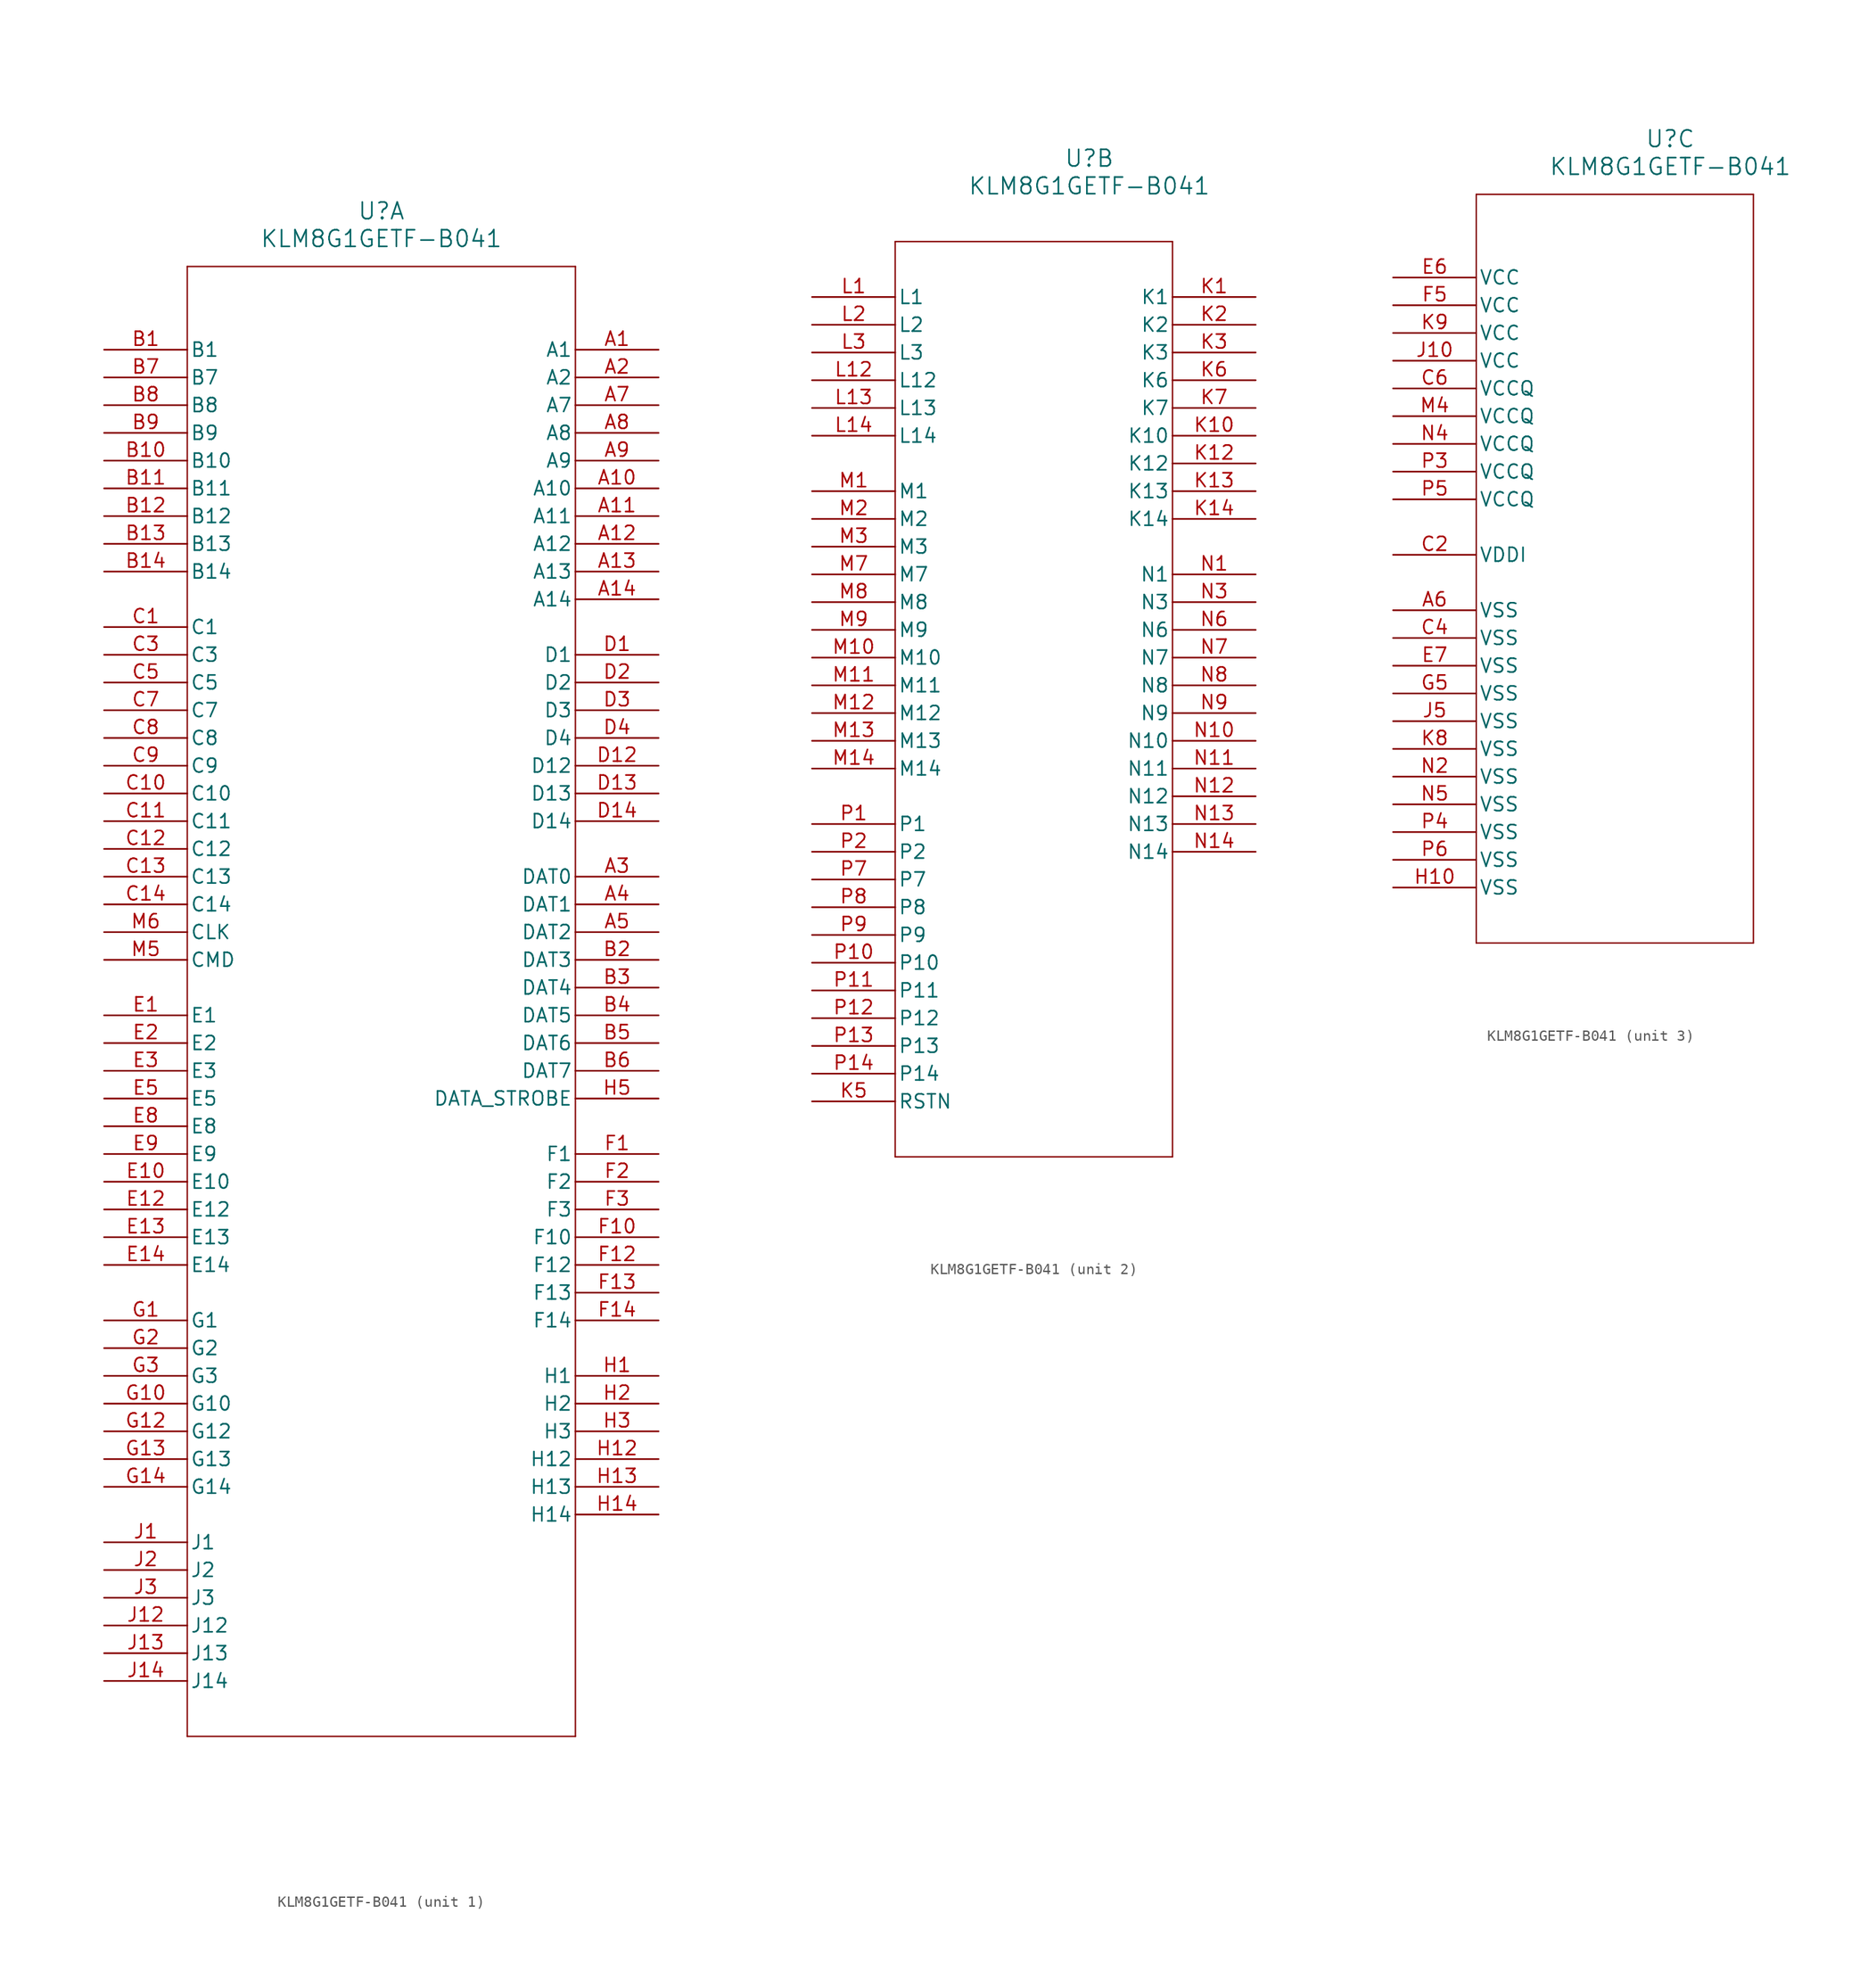
<source format=kicad_sym>
(kicad_symbol_lib
  (version 20211014)
  (generator kicad_symbol_editor)
  (symbol "KLM8G1GETF-B041"
    (pin_names
      (offset 0.254))
    (property "Reference" "U"
      (at 25.4 12.7 0)
      (effects (font (size 1.524 1.524))))
    (property "Value" "KLM8G1GETF-B041"
      (at 25.4 10.16 0)
      (effects (font (size 1.524 1.524))))
    (symbol "KLM8G1GETF-B041_1_1"
      (polyline (pts (xy 7.62 7.62) (xy 7.62 -127)) (stroke (width 0.127) (type default) (color 0 0 0 0)) (fill (type none)))
      (polyline (pts (xy 7.62 -127) (xy 43.18 -127)) (stroke (width 0.127) (type default) (color 0 0 0 0)) (fill (type none)))
      (polyline (pts (xy 43.18 -127) (xy 43.18 7.62)) (stroke (width 0.127) (type default) (color 0 0 0 0)) (fill (type none)))
      (polyline (pts (xy 43.18 7.62) (xy 7.62 7.62)) (stroke (width 0.127) (type default) (color 0 0 0 0)) (fill (type none)))
      (pin bidirectional line (at 50.8 0 180) (length 7.62) (name "A1" (effects (font (size 1.27 1.27)))) (number "A1" (effects (font (size 1.27 1.27)))))
      (pin bidirectional line (at 50.8 -2.54 180) (length 7.62) (name "A2" (effects (font (size 1.27 1.27)))) (number "A2" (effects (font (size 1.27 1.27)))))
      (pin bidirectional line (at 50.8 -48.26 180) (length 7.62) (name "DAT0" (effects (font (size 1.27 1.27)))) (number "A3" (effects (font (size 1.27 1.27)))))
      (pin bidirectional line (at 50.8 -50.8 180) (length 7.62) (name "DAT1" (effects (font (size 1.27 1.27)))) (number "A4" (effects (font (size 1.27 1.27)))))
      (pin bidirectional line (at 50.8 -53.34 180) (length 7.62) (name "DAT2" (effects (font (size 1.27 1.27)))) (number "A5" (effects (font (size 1.27 1.27)))))
      (pin bidirectional line (at 50.8 -5.08 180) (length 7.62) (name "A7" (effects (font (size 1.27 1.27)))) (number "A7" (effects (font (size 1.27 1.27)))))
      (pin bidirectional line (at 50.8 -7.62 180) (length 7.62) (name "A8" (effects (font (size 1.27 1.27)))) (number "A8" (effects (font (size 1.27 1.27)))))
      (pin bidirectional line (at 50.8 -10.16 180) (length 7.62) (name "A9" (effects (font (size 1.27 1.27)))) (number "A9" (effects (font (size 1.27 1.27)))))
      (pin bidirectional line (at 0 0 0) (length 7.62) (name "B1" (effects (font (size 1.27 1.27)))) (number "B1" (effects (font (size 1.27 1.27)))))
      (pin bidirectional line (at 50.8 -55.88 180) (length 7.62) (name "DAT3" (effects (font (size 1.27 1.27)))) (number "B2" (effects (font (size 1.27 1.27)))))
      (pin bidirectional line (at 50.8 -58.42 180) (length 7.62) (name "DAT4" (effects (font (size 1.27 1.27)))) (number "B3" (effects (font (size 1.27 1.27)))))
      (pin bidirectional line (at 50.8 -60.96 180) (length 7.62) (name "DAT5" (effects (font (size 1.27 1.27)))) (number "B4" (effects (font (size 1.27 1.27)))))
      (pin bidirectional line (at 50.8 -63.5 180) (length 7.62) (name "DAT6" (effects (font (size 1.27 1.27)))) (number "B5" (effects (font (size 1.27 1.27)))))
      (pin bidirectional line (at 50.8 -66.04 180) (length 7.62) (name "DAT7" (effects (font (size 1.27 1.27)))) (number "B6" (effects (font (size 1.27 1.27)))))
      (pin bidirectional line (at 0 -2.54 0) (length 7.62) (name "B7" (effects (font (size 1.27 1.27)))) (number "B7" (effects (font (size 1.27 1.27)))))
      (pin bidirectional line (at 0 -5.08 0) (length 7.62) (name "B8" (effects (font (size 1.27 1.27)))) (number "B8" (effects (font (size 1.27 1.27)))))
      (pin bidirectional line (at 0 -7.62 0) (length 7.62) (name "B9" (effects (font (size 1.27 1.27)))) (number "B9" (effects (font (size 1.27 1.27)))))
      (pin bidirectional line (at 0 -25.4 0) (length 7.62) (name "C1" (effects (font (size 1.27 1.27)))) (number "C1" (effects (font (size 1.27 1.27)))))
      (pin bidirectional line (at 0 -27.94 0) (length 7.62) (name "C3" (effects (font (size 1.27 1.27)))) (number "C3" (effects (font (size 1.27 1.27)))))
      (pin bidirectional line (at 0 -30.48 0) (length 7.62) (name "C5" (effects (font (size 1.27 1.27)))) (number "C5" (effects (font (size 1.27 1.27)))))
      (pin bidirectional line (at 0 -33.02 0) (length 7.62) (name "C7" (effects (font (size 1.27 1.27)))) (number "C7" (effects (font (size 1.27 1.27)))))
      (pin bidirectional line (at 0 -35.56 0) (length 7.62) (name "C8" (effects (font (size 1.27 1.27)))) (number "C8" (effects (font (size 1.27 1.27)))))
      (pin bidirectional line (at 0 -38.1 0) (length 7.62) (name "C9" (effects (font (size 1.27 1.27)))) (number "C9" (effects (font (size 1.27 1.27)))))
      (pin bidirectional line (at 50.8 -27.94 180) (length 7.62) (name "D1" (effects (font (size 1.27 1.27)))) (number "D1" (effects (font (size 1.27 1.27)))))
      (pin bidirectional line (at 50.8 -30.48 180) (length 7.62) (name "D2" (effects (font (size 1.27 1.27)))) (number "D2" (effects (font (size 1.27 1.27)))))
      (pin bidirectional line (at 50.8 -33.02 180) (length 7.62) (name "D3" (effects (font (size 1.27 1.27)))) (number "D3" (effects (font (size 1.27 1.27)))))
      (pin bidirectional line (at 50.8 -35.56 180) (length 7.62) (name "D4" (effects (font (size 1.27 1.27)))) (number "D4" (effects (font (size 1.27 1.27)))))
      (pin bidirectional line (at 0 -60.96 0) (length 7.62) (name "E1" (effects (font (size 1.27 1.27)))) (number "E1" (effects (font (size 1.27 1.27)))))
      (pin bidirectional line (at 0 -63.5 0) (length 7.62) (name "E2" (effects (font (size 1.27 1.27)))) (number "E2" (effects (font (size 1.27 1.27)))))
      (pin bidirectional line (at 0 -66.04 0) (length 7.62) (name "E3" (effects (font (size 1.27 1.27)))) (number "E3" (effects (font (size 1.27 1.27)))))
      (pin bidirectional line (at 0 -68.58 0) (length 7.62) (name "E5" (effects (font (size 1.27 1.27)))) (number "E5" (effects (font (size 1.27 1.27)))))
      (pin bidirectional line (at 0 -71.12 0) (length 7.62) (name "E8" (effects (font (size 1.27 1.27)))) (number "E8" (effects (font (size 1.27 1.27)))))
      (pin bidirectional line (at 0 -73.66 0) (length 7.62) (name "E9" (effects (font (size 1.27 1.27)))) (number "E9" (effects (font (size 1.27 1.27)))))
      (pin bidirectional line (at 50.8 -73.66 180) (length 7.62) (name "F1" (effects (font (size 1.27 1.27)))) (number "F1" (effects (font (size 1.27 1.27)))))
      (pin bidirectional line (at 50.8 -76.2 180) (length 7.62) (name "F2" (effects (font (size 1.27 1.27)))) (number "F2" (effects (font (size 1.27 1.27)))))
      (pin bidirectional line (at 50.8 -78.74 180) (length 7.62) (name "F3" (effects (font (size 1.27 1.27)))) (number "F3" (effects (font (size 1.27 1.27)))))
      (pin bidirectional line (at 0 -88.9 0) (length 7.62) (name "G1" (effects (font (size 1.27 1.27)))) (number "G1" (effects (font (size 1.27 1.27)))))
      (pin bidirectional line (at 0 -91.44 0) (length 7.62) (name "G2" (effects (font (size 1.27 1.27)))) (number "G2" (effects (font (size 1.27 1.27)))))
      (pin bidirectional line (at 0 -93.98 0) (length 7.62) (name "G3" (effects (font (size 1.27 1.27)))) (number "G3" (effects (font (size 1.27 1.27)))))
      (pin bidirectional line (at 50.8 -93.98 180) (length 7.62) (name "H1" (effects (font (size 1.27 1.27)))) (number "H1" (effects (font (size 1.27 1.27)))))
      (pin bidirectional line (at 50.8 -96.52 180) (length 7.62) (name "H2" (effects (font (size 1.27 1.27)))) (number "H2" (effects (font (size 1.27 1.27)))))
      (pin bidirectional line (at 50.8 -99.06 180) (length 7.62) (name "H3" (effects (font (size 1.27 1.27)))) (number "H3" (effects (font (size 1.27 1.27)))))
      (pin unspecified line (at 50.8 -68.58 180) (length 7.62) (name "DATA STROBE" (effects (font (size 1.27 1.27)))) (number "H5" (effects (font (size 1.27 1.27)))))
      (pin bidirectional line (at 0 -109.22 0) (length 7.62) (name "J1" (effects (font (size 1.27 1.27)))) (number "J1" (effects (font (size 1.27 1.27)))))
      (pin bidirectional line (at 0 -111.76 0) (length 7.62) (name "J2" (effects (font (size 1.27 1.27)))) (number "J2" (effects (font (size 1.27 1.27)))))
      (pin bidirectional line (at 0 -114.3 0) (length 7.62) (name "J3" (effects (font (size 1.27 1.27)))) (number "J3" (effects (font (size 1.27 1.27)))))
      (pin unspecified line (at 0 -55.88 0) (length 7.62) (name "CMD" (effects (font (size 1.27 1.27)))) (number "M5" (effects (font (size 1.27 1.27)))))
      (pin unspecified line (at 0 -53.34 0) (length 7.62) (name "CLK" (effects (font (size 1.27 1.27)))) (number "M6" (effects (font (size 1.27 1.27)))))
      (pin bidirectional line (at 50.8 -12.7 180) (length 7.62) (name "A10" (effects (font (size 1.27 1.27)))) (number "A10" (effects (font (size 1.27 1.27)))))
      (pin bidirectional line (at 50.8 -15.24 180) (length 7.62) (name "A11" (effects (font (size 1.27 1.27)))) (number "A11" (effects (font (size 1.27 1.27)))))
      (pin bidirectional line (at 50.8 -17.78 180) (length 7.62) (name "A12" (effects (font (size 1.27 1.27)))) (number "A12" (effects (font (size 1.27 1.27)))))
      (pin bidirectional line (at 50.8 -20.32 180) (length 7.62) (name "A13" (effects (font (size 1.27 1.27)))) (number "A13" (effects (font (size 1.27 1.27)))))
      (pin bidirectional line (at 50.8 -22.86 180) (length 7.62) (name "A14" (effects (font (size 1.27 1.27)))) (number "A14" (effects (font (size 1.27 1.27)))))
      (pin bidirectional line (at 0 -10.16 0) (length 7.62) (name "B10" (effects (font (size 1.27 1.27)))) (number "B10" (effects (font (size 1.27 1.27)))))
      (pin bidirectional line (at 0 -12.7 0) (length 7.62) (name "B11" (effects (font (size 1.27 1.27)))) (number "B11" (effects (font (size 1.27 1.27)))))
      (pin bidirectional line (at 0 -15.24 0) (length 7.62) (name "B12" (effects (font (size 1.27 1.27)))) (number "B12" (effects (font (size 1.27 1.27)))))
      (pin bidirectional line (at 0 -17.78 0) (length 7.62) (name "B13" (effects (font (size 1.27 1.27)))) (number "B13" (effects (font (size 1.27 1.27)))))
      (pin bidirectional line (at 0 -20.32 0) (length 7.62) (name "B14" (effects (font (size 1.27 1.27)))) (number "B14" (effects (font (size 1.27 1.27)))))
      (pin bidirectional line (at 0 -40.64 0) (length 7.62) (name "C10" (effects (font (size 1.27 1.27)))) (number "C10" (effects (font (size 1.27 1.27)))))
      (pin bidirectional line (at 0 -43.18 0) (length 7.62) (name "C11" (effects (font (size 1.27 1.27)))) (number "C11" (effects (font (size 1.27 1.27)))))
      (pin bidirectional line (at 0 -45.72 0) (length 7.62) (name "C12" (effects (font (size 1.27 1.27)))) (number "C12" (effects (font (size 1.27 1.27)))))
      (pin bidirectional line (at 0 -48.26 0) (length 7.62) (name "C13" (effects (font (size 1.27 1.27)))) (number "C13" (effects (font (size 1.27 1.27)))))
      (pin bidirectional line (at 0 -50.8 0) (length 7.62) (name "C14" (effects (font (size 1.27 1.27)))) (number "C14" (effects (font (size 1.27 1.27)))))
      (pin bidirectional line (at 50.8 -38.1 180) (length 7.62) (name "D12" (effects (font (size 1.27 1.27)))) (number "D12" (effects (font (size 1.27 1.27)))))
      (pin bidirectional line (at 50.8 -40.64 180) (length 7.62) (name "D13" (effects (font (size 1.27 1.27)))) (number "D13" (effects (font (size 1.27 1.27)))))
      (pin bidirectional line (at 50.8 -43.18 180) (length 7.62) (name "D14" (effects (font (size 1.27 1.27)))) (number "D14" (effects (font (size 1.27 1.27)))))
      (pin bidirectional line (at 0 -76.2 0) (length 7.62) (name "E10" (effects (font (size 1.27 1.27)))) (number "E10" (effects (font (size 1.27 1.27)))))
      (pin bidirectional line (at 0 -78.74 0) (length 7.62) (name "E12" (effects (font (size 1.27 1.27)))) (number "E12" (effects (font (size 1.27 1.27)))))
      (pin bidirectional line (at 0 -81.28 0) (length 7.62) (name "E13" (effects (font (size 1.27 1.27)))) (number "E13" (effects (font (size 1.27 1.27)))))
      (pin bidirectional line (at 0 -83.82 0) (length 7.62) (name "E14" (effects (font (size 1.27 1.27)))) (number "E14" (effects (font (size 1.27 1.27)))))
      (pin bidirectional line (at 50.8 -81.28 180) (length 7.62) (name "F10" (effects (font (size 1.27 1.27)))) (number "F10" (effects (font (size 1.27 1.27)))))
      (pin bidirectional line (at 50.8 -83.82 180) (length 7.62) (name "F12" (effects (font (size 1.27 1.27)))) (number "F12" (effects (font (size 1.27 1.27)))))
      (pin bidirectional line (at 50.8 -86.36 180) (length 7.62) (name "F13" (effects (font (size 1.27 1.27)))) (number "F13" (effects (font (size 1.27 1.27)))))
      (pin bidirectional line (at 50.8 -88.9 180) (length 7.62) (name "F14" (effects (font (size 1.27 1.27)))) (number "F14" (effects (font (size 1.27 1.27)))))
      (pin bidirectional line (at 0 -96.52 0) (length 7.62) (name "G10" (effects (font (size 1.27 1.27)))) (number "G10" (effects (font (size 1.27 1.27)))))
      (pin bidirectional line (at 0 -99.06 0) (length 7.62) (name "G12" (effects (font (size 1.27 1.27)))) (number "G12" (effects (font (size 1.27 1.27)))))
      (pin bidirectional line (at 0 -101.6 0) (length 7.62) (name "G13" (effects (font (size 1.27 1.27)))) (number "G13" (effects (font (size 1.27 1.27)))))
      (pin bidirectional line (at 0 -104.14 0) (length 7.62) (name "G14" (effects (font (size 1.27 1.27)))) (number "G14" (effects (font (size 1.27 1.27)))))
      (pin bidirectional line (at 50.8 -101.6 180) (length 7.62) (name "H12" (effects (font (size 1.27 1.27)))) (number "H12" (effects (font (size 1.27 1.27)))))
      (pin bidirectional line (at 50.8 -104.14 180) (length 7.62) (name "H13" (effects (font (size 1.27 1.27)))) (number "H13" (effects (font (size 1.27 1.27)))))
      (pin bidirectional line (at 50.8 -106.68 180) (length 7.62) (name "H14" (effects (font (size 1.27 1.27)))) (number "H14" (effects (font (size 1.27 1.27)))))
      (pin bidirectional line (at 0 -116.84 0) (length 7.62) (name "J12" (effects (font (size 1.27 1.27)))) (number "J12" (effects (font (size 1.27 1.27)))))
      (pin bidirectional line (at 0 -119.38 0) (length 7.62) (name "J13" (effects (font (size 1.27 1.27)))) (number "J13" (effects (font (size 1.27 1.27)))))
      (pin bidirectional line (at 0 -121.92 0) (length 7.62) (name "J14" (effects (font (size 1.27 1.27)))) (number "J14" (effects (font (size 1.27 1.27))))))
    (symbol "KLM8G1GETF-B041_2_1"
      (polyline (pts (xy 7.62 5.08) (xy 7.62 -78.74)) (stroke (width 0.127) (type default) (color 0 0 0 0)) (fill (type none)))
      (polyline (pts (xy 7.62 -78.74) (xy 33.02 -78.74)) (stroke (width 0.127) (type default) (color 0 0 0 0)) (fill (type none)))
      (polyline (pts (xy 33.02 -78.74) (xy 33.02 5.08)) (stroke (width 0.127) (type default) (color 0 0 0 0)) (fill (type none)))
      (polyline (pts (xy 33.02 5.08) (xy 7.62 5.08)) (stroke (width 0.127) (type default) (color 0 0 0 0)) (fill (type none)))
      (pin bidirectional line (at 40.64 0 180) (length 7.62) (name "K1" (effects (font (size 1.27 1.27)))) (number "K1" (effects (font (size 1.27 1.27)))))
      (pin bidirectional line (at 40.64 -2.54 180) (length 7.62) (name "K2" (effects (font (size 1.27 1.27)))) (number "K2" (effects (font (size 1.27 1.27)))))
      (pin bidirectional line (at 40.64 -5.08 180) (length 7.62) (name "K3" (effects (font (size 1.27 1.27)))) (number "K3" (effects (font (size 1.27 1.27)))))
      (pin unspecified line (at 0 -73.66 0) (length 7.62) (name "RSTN" (effects (font (size 1.27 1.27)))) (number "K5" (effects (font (size 1.27 1.27)))))
      (pin bidirectional line (at 40.64 -7.62 180) (length 7.62) (name "K6" (effects (font (size 1.27 1.27)))) (number "K6" (effects (font (size 1.27 1.27)))))
      (pin bidirectional line (at 40.64 -10.16 180) (length 7.62) (name "K7" (effects (font (size 1.27 1.27)))) (number "K7" (effects (font (size 1.27 1.27)))))
      (pin bidirectional line (at 0 0 0) (length 7.62) (name "L1" (effects (font (size 1.27 1.27)))) (number "L1" (effects (font (size 1.27 1.27)))))
      (pin bidirectional line (at 0 -2.54 0) (length 7.62) (name "L2" (effects (font (size 1.27 1.27)))) (number "L2" (effects (font (size 1.27 1.27)))))
      (pin bidirectional line (at 0 -5.08 0) (length 7.62) (name "L3" (effects (font (size 1.27 1.27)))) (number "L3" (effects (font (size 1.27 1.27)))))
      (pin bidirectional line (at 0 -17.78 0) (length 7.62) (name "M1" (effects (font (size 1.27 1.27)))) (number "M1" (effects (font (size 1.27 1.27)))))
      (pin bidirectional line (at 0 -20.32 0) (length 7.62) (name "M2" (effects (font (size 1.27 1.27)))) (number "M2" (effects (font (size 1.27 1.27)))))
      (pin bidirectional line (at 0 -22.86 0) (length 7.62) (name "M3" (effects (font (size 1.27 1.27)))) (number "M3" (effects (font (size 1.27 1.27)))))
      (pin bidirectional line (at 0 -25.4 0) (length 7.62) (name "M7" (effects (font (size 1.27 1.27)))) (number "M7" (effects (font (size 1.27 1.27)))))
      (pin bidirectional line (at 0 -27.94 0) (length 7.62) (name "M8" (effects (font (size 1.27 1.27)))) (number "M8" (effects (font (size 1.27 1.27)))))
      (pin bidirectional line (at 0 -30.48 0) (length 7.62) (name "M9" (effects (font (size 1.27 1.27)))) (number "M9" (effects (font (size 1.27 1.27)))))
      (pin bidirectional line (at 40.64 -25.4 180) (length 7.62) (name "N1" (effects (font (size 1.27 1.27)))) (number "N1" (effects (font (size 1.27 1.27)))))
      (pin bidirectional line (at 40.64 -27.94 180) (length 7.62) (name "N3" (effects (font (size 1.27 1.27)))) (number "N3" (effects (font (size 1.27 1.27)))))
      (pin bidirectional line (at 40.64 -30.48 180) (length 7.62) (name "N6" (effects (font (size 1.27 1.27)))) (number "N6" (effects (font (size 1.27 1.27)))))
      (pin bidirectional line (at 40.64 -33.02 180) (length 7.62) (name "N7" (effects (font (size 1.27 1.27)))) (number "N7" (effects (font (size 1.27 1.27)))))
      (pin bidirectional line (at 40.64 -35.56 180) (length 7.62) (name "N8" (effects (font (size 1.27 1.27)))) (number "N8" (effects (font (size 1.27 1.27)))))
      (pin bidirectional line (at 40.64 -38.1 180) (length 7.62) (name "N9" (effects (font (size 1.27 1.27)))) (number "N9" (effects (font (size 1.27 1.27)))))
      (pin bidirectional line (at 0 -48.26 0) (length 7.62) (name "P1" (effects (font (size 1.27 1.27)))) (number "P1" (effects (font (size 1.27 1.27)))))
      (pin bidirectional line (at 0 -50.8 0) (length 7.62) (name "P2" (effects (font (size 1.27 1.27)))) (number "P2" (effects (font (size 1.27 1.27)))))
      (pin bidirectional line (at 0 -53.34 0) (length 7.62) (name "P7" (effects (font (size 1.27 1.27)))) (number "P7" (effects (font (size 1.27 1.27)))))
      (pin bidirectional line (at 0 -55.88 0) (length 7.62) (name "P8" (effects (font (size 1.27 1.27)))) (number "P8" (effects (font (size 1.27 1.27)))))
      (pin bidirectional line (at 0 -58.42 0) (length 7.62) (name "P9" (effects (font (size 1.27 1.27)))) (number "P9" (effects (font (size 1.27 1.27)))))
      (pin bidirectional line (at 40.64 -12.7 180) (length 7.62) (name "K10" (effects (font (size 1.27 1.27)))) (number "K10" (effects (font (size 1.27 1.27)))))
      (pin bidirectional line (at 40.64 -15.24 180) (length 7.62) (name "K12" (effects (font (size 1.27 1.27)))) (number "K12" (effects (font (size 1.27 1.27)))))
      (pin bidirectional line (at 40.64 -17.78 180) (length 7.62) (name "K13" (effects (font (size 1.27 1.27)))) (number "K13" (effects (font (size 1.27 1.27)))))
      (pin bidirectional line (at 40.64 -20.32 180) (length 7.62) (name "K14" (effects (font (size 1.27 1.27)))) (number "K14" (effects (font (size 1.27 1.27)))))
      (pin bidirectional line (at 0 -7.62 0) (length 7.62) (name "L12" (effects (font (size 1.27 1.27)))) (number "L12" (effects (font (size 1.27 1.27)))))
      (pin bidirectional line (at 0 -10.16 0) (length 7.62) (name "L13" (effects (font (size 1.27 1.27)))) (number "L13" (effects (font (size 1.27 1.27)))))
      (pin bidirectional line (at 0 -12.7 0) (length 7.62) (name "L14" (effects (font (size 1.27 1.27)))) (number "L14" (effects (font (size 1.27 1.27)))))
      (pin bidirectional line (at 0 -33.02 0) (length 7.62) (name "M10" (effects (font (size 1.27 1.27)))) (number "M10" (effects (font (size 1.27 1.27)))))
      (pin bidirectional line (at 0 -35.56 0) (length 7.62) (name "M11" (effects (font (size 1.27 1.27)))) (number "M11" (effects (font (size 1.27 1.27)))))
      (pin bidirectional line (at 0 -38.1 0) (length 7.62) (name "M12" (effects (font (size 1.27 1.27)))) (number "M12" (effects (font (size 1.27 1.27)))))
      (pin bidirectional line (at 0 -40.64 0) (length 7.62) (name "M13" (effects (font (size 1.27 1.27)))) (number "M13" (effects (font (size 1.27 1.27)))))
      (pin bidirectional line (at 0 -43.18 0) (length 7.62) (name "M14" (effects (font (size 1.27 1.27)))) (number "M14" (effects (font (size 1.27 1.27)))))
      (pin bidirectional line (at 40.64 -40.64 180) (length 7.62) (name "N10" (effects (font (size 1.27 1.27)))) (number "N10" (effects (font (size 1.27 1.27)))))
      (pin bidirectional line (at 40.64 -43.18 180) (length 7.62) (name "N11" (effects (font (size 1.27 1.27)))) (number "N11" (effects (font (size 1.27 1.27)))))
      (pin bidirectional line (at 40.64 -45.72 180) (length 7.62) (name "N12" (effects (font (size 1.27 1.27)))) (number "N12" (effects (font (size 1.27 1.27)))))
      (pin bidirectional line (at 40.64 -48.26 180) (length 7.62) (name "N13" (effects (font (size 1.27 1.27)))) (number "N13" (effects (font (size 1.27 1.27)))))
      (pin bidirectional line (at 40.64 -50.8 180) (length 7.62) (name "N14" (effects (font (size 1.27 1.27)))) (number "N14" (effects (font (size 1.27 1.27)))))
      (pin bidirectional line (at 0 -60.96 0) (length 7.62) (name "P10" (effects (font (size 1.27 1.27)))) (number "P10" (effects (font (size 1.27 1.27)))))
      (pin bidirectional line (at 0 -63.5 0) (length 7.62) (name "P11" (effects (font (size 1.27 1.27)))) (number "P11" (effects (font (size 1.27 1.27)))))
      (pin bidirectional line (at 0 -66.04 0) (length 7.62) (name "P12" (effects (font (size 1.27 1.27)))) (number "P12" (effects (font (size 1.27 1.27)))))
      (pin bidirectional line (at 0 -68.58 0) (length 7.62) (name "P13" (effects (font (size 1.27 1.27)))) (number "P13" (effects (font (size 1.27 1.27)))))
      (pin bidirectional line (at 0 -71.12 0) (length 7.62) (name "P14" (effects (font (size 1.27 1.27)))) (number "P14" (effects (font (size 1.27 1.27))))))
    (symbol "KLM8G1GETF-B041_3_1"
      (polyline (pts (xy 7.62 7.62) (xy 7.62 -60.96)) (stroke (width 0.127) (type default) (color 0 0 0 0)) (fill (type none)))
      (polyline (pts (xy 7.62 -60.96) (xy 33.02 -60.96)) (stroke (width 0.127) (type default) (color 0 0 0 0)) (fill (type none)))
      (polyline (pts (xy 33.02 -60.96) (xy 33.02 7.62)) (stroke (width 0.127) (type default) (color 0 0 0 0)) (fill (type none)))
      (polyline (pts (xy 33.02 7.62) (xy 7.62 7.62)) (stroke (width 0.127) (type default) (color 0 0 0 0)) (fill (type none)))
      (pin power_out line (at 0 -30.48 0) (length 7.62) (name "VSS" (effects (font (size 1.27 1.27)))) (number "A6" (effects (font (size 1.27 1.27)))))
      (pin power_in line (at 0 -25.4 0) (length 7.62) (name "VDDI" (effects (font (size 1.27 1.27)))) (number "C2" (effects (font (size 1.27 1.27)))))
      (pin power_out line (at 0 -33.02 0) (length 7.62) (name "VSS" (effects (font (size 1.27 1.27)))) (number "C4" (effects (font (size 1.27 1.27)))))
      (pin power_in line (at 0 -10.16 0) (length 7.62) (name "VCCQ" (effects (font (size 1.27 1.27)))) (number "C6" (effects (font (size 1.27 1.27)))))
      (pin power_in line (at 0 0 0) (length 7.62) (name "VCC" (effects (font (size 1.27 1.27)))) (number "E6" (effects (font (size 1.27 1.27)))))
      (pin power_out line (at 0 -35.56 0) (length 7.62) (name "VSS" (effects (font (size 1.27 1.27)))) (number "E7" (effects (font (size 1.27 1.27)))))
      (pin power_in line (at 0 -2.54 0) (length 7.62) (name "VCC" (effects (font (size 1.27 1.27)))) (number "F5" (effects (font (size 1.27 1.27)))))
      (pin power_out line (at 0 -38.1 0) (length 7.62) (name "VSS" (effects (font (size 1.27 1.27)))) (number "G5" (effects (font (size 1.27 1.27)))))
      (pin power_out line (at 0 -40.64 0) (length 7.62) (name "VSS" (effects (font (size 1.27 1.27)))) (number "J5" (effects (font (size 1.27 1.27)))))
      (pin power_out line (at 0 -43.18 0) (length 7.62) (name "VSS" (effects (font (size 1.27 1.27)))) (number "K8" (effects (font (size 1.27 1.27)))))
      (pin power_in line (at 0 -5.08 0) (length 7.62) (name "VCC" (effects (font (size 1.27 1.27)))) (number "K9" (effects (font (size 1.27 1.27)))))
      (pin power_in line (at 0 -12.7 0) (length 7.62) (name "VCCQ" (effects (font (size 1.27 1.27)))) (number "M4" (effects (font (size 1.27 1.27)))))
      (pin power_out line (at 0 -45.72 0) (length 7.62) (name "VSS" (effects (font (size 1.27 1.27)))) (number "N2" (effects (font (size 1.27 1.27)))))
      (pin power_in line (at 0 -15.24 0) (length 7.62) (name "VCCQ" (effects (font (size 1.27 1.27)))) (number "N4" (effects (font (size 1.27 1.27)))))
      (pin power_out line (at 0 -48.26 0) (length 7.62) (name "VSS" (effects (font (size 1.27 1.27)))) (number "N5" (effects (font (size 1.27 1.27)))))
      (pin power_in line (at 0 -17.78 0) (length 7.62) (name "VCCQ" (effects (font (size 1.27 1.27)))) (number "P3" (effects (font (size 1.27 1.27)))))
      (pin power_out line (at 0 -50.8 0) (length 7.62) (name "VSS" (effects (font (size 1.27 1.27)))) (number "P4" (effects (font (size 1.27 1.27)))))
      (pin power_in line (at 0 -20.32 0) (length 7.62) (name "VCCQ" (effects (font (size 1.27 1.27)))) (number "P5" (effects (font (size 1.27 1.27)))))
      (pin power_out line (at 0 -53.34 0) (length 7.62) (name "VSS" (effects (font (size 1.27 1.27)))) (number "P6" (effects (font (size 1.27 1.27)))))
      (pin power_out line (at 0 -55.88 0) (length 7.62) (name "VSS" (effects (font (size 1.27 1.27)))) (number "H10" (effects (font (size 1.27 1.27)))))
      (pin power_in line (at 0 -7.62 0) (length 7.62) (name "VCC" (effects (font (size 1.27 1.27)))) (number "J10" (effects (font (size 1.27 1.27))))))))
</source>
